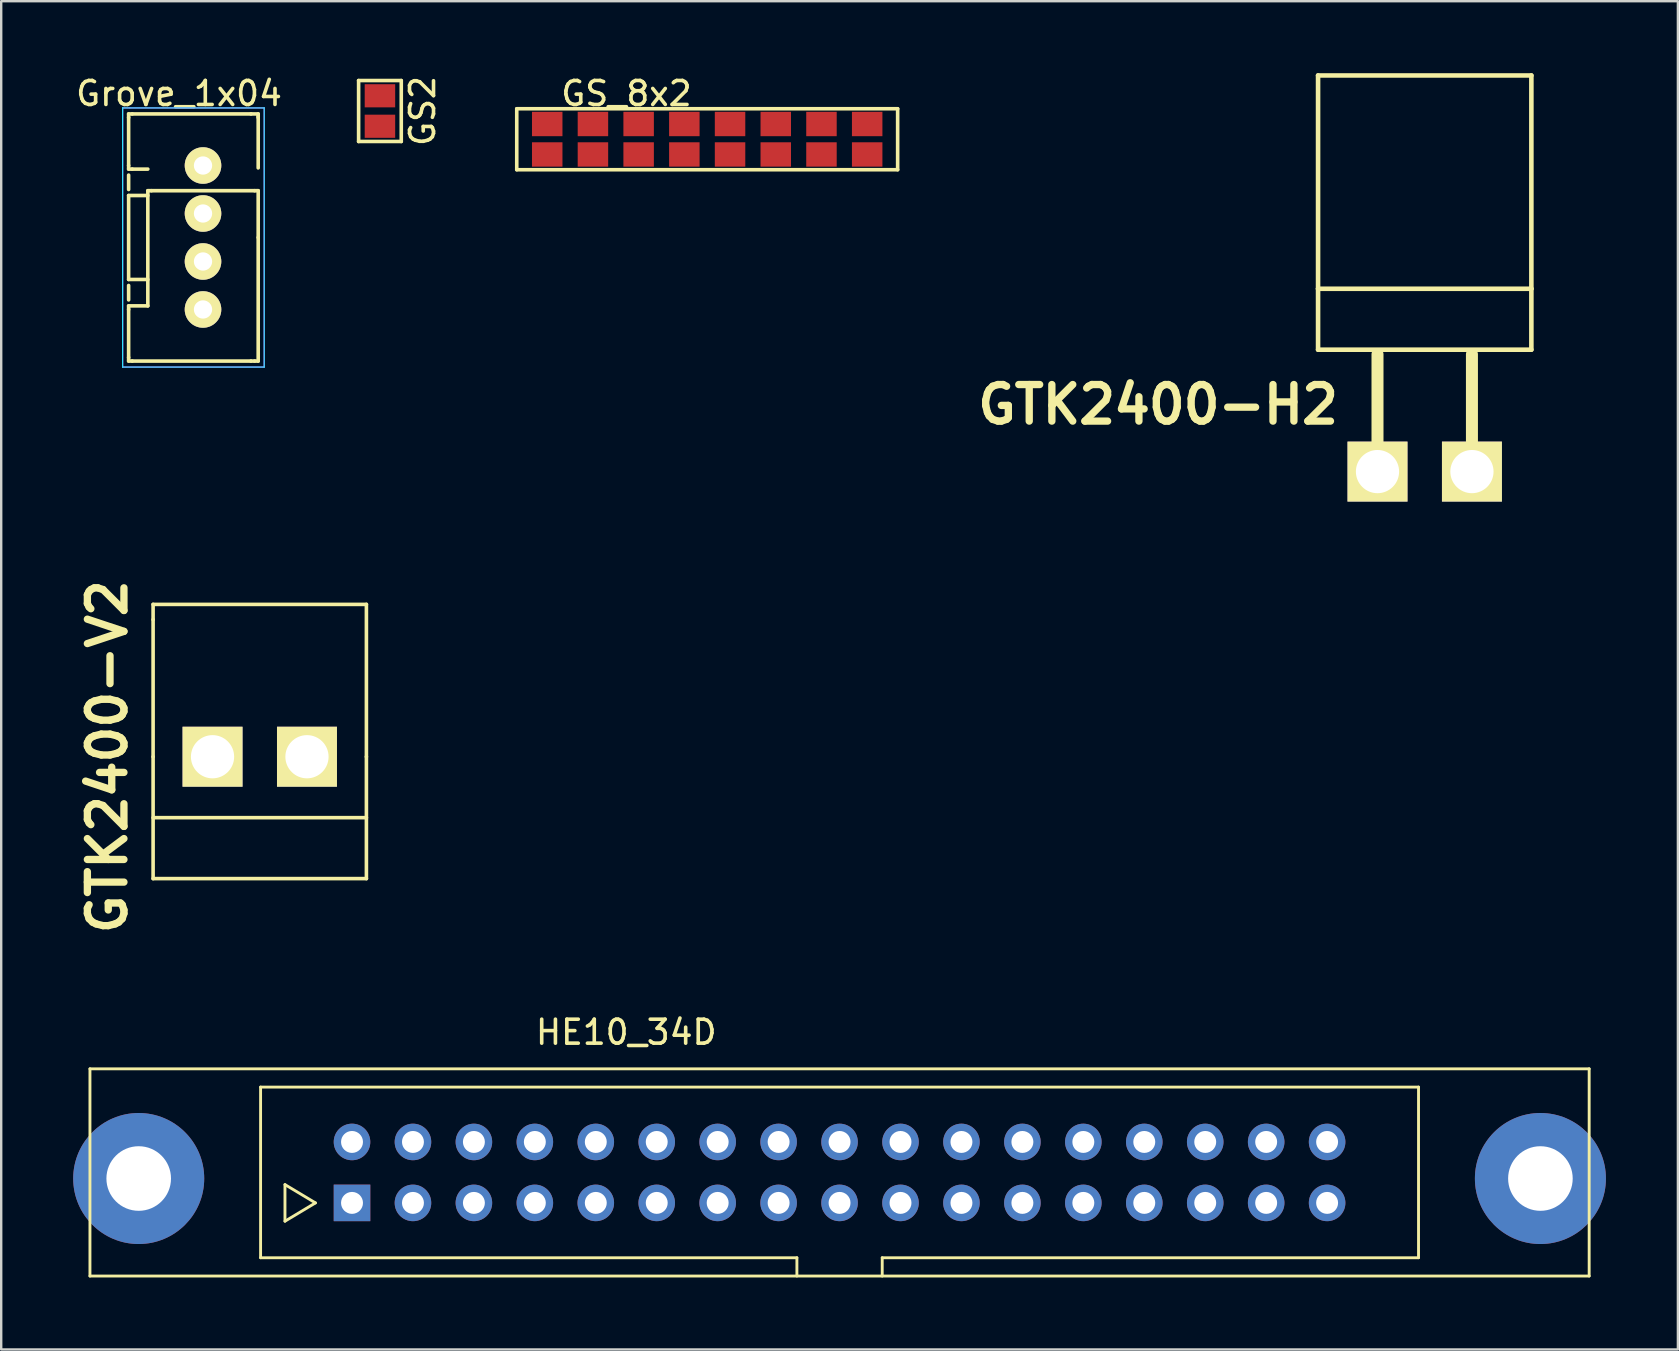
<source format=kicad_pcb>
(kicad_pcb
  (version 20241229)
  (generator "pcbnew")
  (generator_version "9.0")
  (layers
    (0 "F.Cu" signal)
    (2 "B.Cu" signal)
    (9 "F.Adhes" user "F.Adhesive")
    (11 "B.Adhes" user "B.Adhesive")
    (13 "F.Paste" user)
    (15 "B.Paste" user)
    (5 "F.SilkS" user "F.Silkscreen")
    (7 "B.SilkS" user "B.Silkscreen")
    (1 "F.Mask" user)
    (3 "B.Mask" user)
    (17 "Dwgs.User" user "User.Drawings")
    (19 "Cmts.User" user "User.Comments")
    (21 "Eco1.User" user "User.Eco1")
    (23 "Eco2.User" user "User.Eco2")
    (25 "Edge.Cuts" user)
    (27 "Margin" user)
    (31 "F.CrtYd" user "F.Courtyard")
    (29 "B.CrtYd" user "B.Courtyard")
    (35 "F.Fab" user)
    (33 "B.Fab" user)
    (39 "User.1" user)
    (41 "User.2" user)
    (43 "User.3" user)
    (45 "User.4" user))
  (footprint "GS2"
    (layer "F.Cu")
    (at 12.785 1.577)
    (property "Reference" "GS2" (at 1.778 0 90) (layer "F.SilkS") (effects (font (size 1 1) (thickness 0.15))))
    (attr exclude_from_pos_files exclude_from_bom)
    (fp_line (start -0.889 -1.27) (end -0.889 1.27) (stroke (width 0.15) (type solid)) (layer "F.SilkS"))
    (fp_line (start -0.889 -1.27) (end 0.889 -1.27) (stroke (width 0.15) (type solid)) (layer "F.SilkS"))
    (fp_line (start 0.889 1.27) (end -0.889 1.27) (stroke (width 0.15) (type solid)) (layer "F.SilkS"))
    (fp_line (start 0.889 1.27) (end 0.889 -1.27) (stroke (width 0.15) (type solid)) (layer "F.SilkS"))
    (pad "1" smd rect (at 0 -0.635) (size 1.27 0.965) (layers "F.Cu" "F.Mask" "F.Paste"))
    (pad "2" smd rect (at 0 0.635) (size 1.27 0.965) (layers "F.Cu" "F.Mask" "F.Paste")))
  (footprint "GS_8x2"
    (layer "F.Cu")
    (at 26.107 2.753)
    (property "Reference" "GS_8x2" (at -3.048 -1.905 0) (layer "F.SilkS") (effects (font (size 1 1) (thickness 0.15))))
    (attr through_hole)
    (fp_line (start -7.62 -1.27) (end 8.255 -1.27) (stroke (width 0.15) (type solid)) (layer "F.SilkS"))
    (fp_line (start -7.62 1.27) (end -7.62 -1.27) (stroke (width 0.15) (type solid)) (layer "F.SilkS"))
    (fp_line (start 8.255 -1.27) (end 8.255 1.27) (stroke (width 0.15) (type solid)) (layer "F.SilkS"))
    (fp_line (start 8.255 1.27) (end -7.62 1.27) (stroke (width 0.15) (type solid)) (layer "F.SilkS"))
    (pad "1" smd rect (at -6.35 0.635) (size 1.27 1.016) (layers "F.Cu" "F.Mask" "F.Paste"))
    (pad "2" smd rect (at -6.35 -0.635) (size 1.27 1.016) (layers "F.Cu" "F.Mask" "F.Paste"))
    (pad "3" smd rect (at -4.445 0.635) (size 1.27 1.016) (layers "F.Cu" "F.Mask" "F.Paste"))
    (pad "4" smd rect (at -4.445 -0.635) (size 1.27 1.016) (layers "F.Cu" "F.Mask" "F.Paste"))
    (pad "5" smd rect (at -2.54 0.635) (size 1.27 1.016) (layers "F.Cu" "F.Mask" "F.Paste"))
    (pad "6" smd rect (at -2.54 -0.635) (size 1.27 1.016) (layers "F.Cu" "F.Mask" "F.Paste"))
    (pad "7" smd rect (at -0.635 0.635) (size 1.27 1.016) (layers "F.Cu" "F.Mask" "F.Paste"))
    (pad "8" smd rect (at -0.635 -0.635) (size 1.27 1.016) (layers "F.Cu" "F.Mask" "F.Paste"))
    (pad "9" smd rect (at 1.27 0.635) (size 1.27 1.016) (layers "F.Cu" "F.Mask" "F.Paste"))
    (pad "10" smd rect (at 1.27 -0.635) (size 1.27 1.016) (layers "F.Cu" "F.Mask" "F.Paste"))
    (pad "11" smd rect (at 3.175 0.635) (size 1.27 1.016) (layers "F.Cu" "F.Mask" "F.Paste"))
    (pad "12" smd rect (at 3.175 -0.635) (size 1.27 1.016) (layers "F.Cu" "F.Mask" "F.Paste"))
    (pad "13" smd rect (at 5.08 0.635) (size 1.27 1.016) (layers "F.Cu" "F.Mask" "F.Paste"))
    (pad "14" smd rect (at 5.08 -0.635) (size 1.27 1.016) (layers "F.Cu" "F.Mask" "F.Paste"))
    (pad "15" smd rect (at 6.985 0.635) (size 1.27 1.016) (layers "F.Cu" "F.Mask" "F.Paste"))
    (pad "16" smd rect (at 6.985 -0.635) (size 1.27 1.016) (layers "F.Cu" "F.Mask" "F.Paste")))
  (footprint "GTK2400-V2"
    (layer "F.Cu")
    (at 7.776 28.489)
    (property "Reference" "GTK2400-V2" (at -6.35 0 90) (layer "F.SilkS") (effects (font (size 1.524 1.524) (thickness 0.305))))
    (attr through_hole)
    (fp_line (start -4.445 -6.35) (end 4.445 -6.35) (stroke (width 0.15) (type solid)) (layer "F.SilkS"))
    (fp_line (start -4.445 -5.715) (end -4.445 -6.35) (stroke (width 0.15) (type solid)) (layer "F.SilkS"))
    (fp_line (start -4.445 0) (end -4.445 -5.715) (stroke (width 0.15) (type solid)) (layer "F.SilkS"))
    (fp_line (start -4.445 2.54) (end 4.445 2.54) (stroke (width 0.15) (type solid)) (layer "F.SilkS"))
    (fp_line (start -4.445 5.08) (end -4.445 0) (stroke (width 0.15) (type solid)) (layer "F.SilkS"))
    (fp_line (start 4.445 -6.35) (end 4.445 0) (stroke (width 0.15) (type solid)) (layer "F.SilkS"))
    (fp_line (start 4.445 0) (end 4.445 5.08) (stroke (width 0.15) (type solid)) (layer "F.SilkS"))
    (fp_line (start 4.445 5.08) (end -4.445 5.08) (stroke (width 0.15) (type solid)) (layer "F.SilkS"))
    (pad "1" thru_hole rect (at -1.968 0) (size 2.499 2.499) (drill 1.801) (layers "*.Cu" "*.Mask" "F.SilkS"))
    (pad "2" thru_hole rect (at 1.968 0) (size 2.499 2.499) (drill 1.801) (layers "*.Cu" "*.Mask" "F.SilkS")))
  (footprint "GTK2400-H2"
    (layer "F.Cu")
    (at 56.329 16.605)
    (property "Reference" "GTK2400-H2" (at -11.113 -2.794 0) (layer "F.SilkS") (effects (font (size 1.524 1.524) (thickness 0.305))))
    (attr through_hole)
    (fp_line (start -4.445 -16.51) (end 4.445 -16.51) (stroke (width 0.191) (type solid)) (layer "F.SilkS"))
    (fp_line (start -4.445 -7.62) (end -4.445 -16.51) (stroke (width 0.191) (type solid)) (layer "F.SilkS"))
    (fp_line (start -4.445 -7.62) (end 4.445 -7.62) (stroke (width 0.191) (type solid)) (layer "F.SilkS"))
    (fp_line (start -4.445 -5.08) (end -4.445 -7.62) (stroke (width 0.191) (type solid)) (layer "F.SilkS"))
    (fp_line (start -1.968 0) (end -1.968 -4.889) (stroke (width 0.5) (type solid)) (layer "F.SilkS"))
    (fp_line (start 1.968 0) (end 1.968 -4.889) (stroke (width 0.5) (type solid)) (layer "F.SilkS"))
    (fp_line (start 4.445 -16.51) (end 4.445 -7.62) (stroke (width 0.191) (type solid)) (layer "F.SilkS"))
    (fp_line (start 4.445 -7.62) (end 4.445 -5.08) (stroke (width 0.191) (type solid)) (layer "F.SilkS"))
    (fp_line (start 4.445 -5.08) (end -4.445 -5.08) (stroke (width 0.191) (type solid)) (layer "F.SilkS"))
    (pad "1" thru_hole rect (at -1.968 0) (size 2.499 2.499) (drill 1.801) (layers "*.Cu" "*.Mask" "F.SilkS"))
    (pad "2" thru_hole rect (at 1.968 0) (size 2.499 2.499) (drill 1.801) (layers "*.Cu" "*.Mask" "F.SilkS")))
  (footprint "HE10_34D"
    (layer "F.Cu")
    (at 31.941 45.814)
    (property "Reference" "HE10_34D" (at -8.89 -5.842 0) (layer "F.SilkS") (effects (font (size 1 1) (thickness 0.15))))
    (attr through_hole)
    (fp_line (start -31.242 -4.318) (end -31.242 4.318) (stroke (width 0.12) (type solid)) (layer "F.SilkS"))
    (fp_line (start -31.242 4.318) (end 31.242 4.318) (stroke (width 0.12) (type solid)) (layer "F.SilkS"))
    (fp_line (start -24.13 -3.556) (end 24.13 -3.556) (stroke (width 0.12) (type solid)) (layer "F.SilkS"))
    (fp_line (start -24.13 3.556) (end -24.13 -3.556) (stroke (width 0.12) (type solid)) (layer "F.SilkS"))
    (fp_line (start -23.114 0.508) (end -23.114 2.032) (stroke (width 0.12) (type solid)) (layer "F.SilkS"))
    (fp_line (start -23.114 2.032) (end -21.844 1.27) (stroke (width 0.12) (type solid)) (layer "F.SilkS"))
    (fp_line (start -21.844 1.27) (end -23.114 0.508) (stroke (width 0.12) (type solid)) (layer "F.SilkS"))
    (fp_line (start -1.778 3.556) (end -24.13 3.556) (stroke (width 0.12) (type solid)) (layer "F.SilkS"))
    (fp_line (start -1.778 4.318) (end -1.778 3.556) (stroke (width 0.12) (type solid)) (layer "F.SilkS"))
    (fp_line (start 1.778 3.556) (end 1.778 4.318) (stroke (width 0.12) (type solid)) (layer "F.SilkS"))
    (fp_line (start 24.13 -3.556) (end 24.13 3.556) (stroke (width 0.12) (type solid)) (layer "F.SilkS"))
    (fp_line (start 24.13 3.556) (end 1.778 3.556) (stroke (width 0.12) (type solid)) (layer "F.SilkS"))
    (fp_line (start 31.242 -4.318) (end -31.242 -4.318) (stroke (width 0.12) (type solid)) (layer "F.SilkS"))
    (fp_line (start 31.242 4.318) (end 31.242 -4.318) (stroke (width 0.12) (type solid)) (layer "F.SilkS"))
    (pad "" thru_hole circle (at -29.21 0.254) (size 5.461 5.461) (drill 2.692) (layers "*.Cu" "*.Mask"))
    (pad "" thru_hole circle (at 29.21 0.254) (size 5.461 5.461) (drill 2.692) (layers "*.Cu" "*.Mask"))
    (pad "1" thru_hole rect (at -20.32 1.27) (size 1.524 1.524) (drill 0.914) (layers "*.Cu" "*.Mask"))
    (pad "2" thru_hole circle (at -20.32 -1.27) (size 1.524 1.524) (drill 0.914) (layers "*.Cu" "*.Mask"))
    (pad "3" thru_hole circle (at -17.78 1.27) (size 1.524 1.524) (drill 0.914) (layers "*.Cu" "*.Mask"))
    (pad "4" thru_hole circle (at -17.78 -1.27) (size 1.524 1.524) (drill 0.914) (layers "*.Cu" "*.Mask"))
    (pad "5" thru_hole circle (at -15.24 1.27) (size 1.524 1.524) (drill 0.914) (layers "*.Cu" "*.Mask"))
    (pad "6" thru_hole circle (at -15.24 -1.27) (size 1.524 1.524) (drill 0.914) (layers "*.Cu" "*.Mask"))
    (pad "7" thru_hole circle (at -12.7 1.27) (size 1.524 1.524) (drill 0.914) (layers "*.Cu" "*.Mask"))
    (pad "8" thru_hole circle (at -12.7 -1.27) (size 1.524 1.524) (drill 0.914) (layers "*.Cu" "*.Mask"))
    (pad "9" thru_hole circle (at -10.16 1.27) (size 1.524 1.524) (drill 0.914) (layers "*.Cu" "*.Mask"))
    (pad "10" thru_hole circle (at -10.16 -1.27) (size 1.524 1.524) (drill 0.914) (layers "*.Cu" "*.Mask"))
    (pad "11" thru_hole circle (at -7.62 1.27) (size 1.524 1.524) (drill 0.914) (layers "*.Cu" "*.Mask"))
    (pad "12" thru_hole circle (at -7.62 -1.27) (size 1.524 1.524) (drill 0.914) (layers "*.Cu" "*.Mask"))
    (pad "13" thru_hole circle (at -5.08 1.27) (size 1.524 1.524) (drill 0.914) (layers "*.Cu" "*.Mask"))
    (pad "14" thru_hole circle (at -5.08 -1.27) (size 1.524 1.524) (drill 0.914) (layers "*.Cu" "*.Mask"))
    (pad "15" thru_hole circle (at -2.54 1.27) (size 1.524 1.524) (drill 0.914) (layers "*.Cu" "*.Mask"))
    (pad "16" thru_hole circle (at -2.54 -1.27) (size 1.524 1.524) (drill 0.914) (layers "*.Cu" "*.Mask"))
    (pad "17" thru_hole circle (at 0 1.27) (size 1.524 1.524) (drill 0.914) (layers "*.Cu" "*.Mask"))
    (pad "18" thru_hole circle (at 0 -1.27) (size 1.524 1.524) (drill 0.914) (layers "*.Cu" "*.Mask"))
    (pad "19" thru_hole circle (at 2.54 1.27) (size 1.524 1.524) (drill 0.914) (layers "*.Cu" "*.Mask"))
    (pad "20" thru_hole circle (at 2.54 -1.27) (size 1.524 1.524) (drill 0.914) (layers "*.Cu" "*.Mask"))
    (pad "21" thru_hole circle (at 5.08 1.27) (size 1.524 1.524) (drill 0.914) (layers "*.Cu" "*.Mask"))
    (pad "22" thru_hole circle (at 5.08 -1.27) (size 1.524 1.524) (drill 0.914) (layers "*.Cu" "*.Mask"))
    (pad "23" thru_hole circle (at 7.62 1.27) (size 1.524 1.524) (drill 0.914) (layers "*.Cu" "*.Mask"))
    (pad "24" thru_hole circle (at 7.62 -1.27) (size 1.524 1.524) (drill 0.914) (layers "*.Cu" "*.Mask"))
    (pad "25" thru_hole circle (at 10.16 1.27) (size 1.524 1.524) (drill 0.914) (layers "*.Cu" "*.Mask"))
    (pad "26" thru_hole circle (at 10.16 -1.27) (size 1.524 1.524) (drill 0.914) (layers "*.Cu" "*.Mask"))
    (pad "27" thru_hole circle (at 12.7 1.27) (size 1.524 1.524) (drill 0.914) (layers "*.Cu" "*.Mask"))
    (pad "28" thru_hole circle (at 12.7 -1.27) (size 1.524 1.524) (drill 0.914) (layers "*.Cu" "*.Mask"))
    (pad "29" thru_hole circle (at 15.24 1.27) (size 1.524 1.524) (drill 0.914) (layers "*.Cu" "*.Mask"))
    (pad "30" thru_hole circle (at 15.24 -1.27) (size 1.524 1.524) (drill 0.914) (layers "*.Cu" "*.Mask"))
    (pad "31" thru_hole circle (at 17.78 1.27) (size 1.524 1.524) (drill 0.914) (layers "*.Cu" "*.Mask"))
    (pad "32" thru_hole circle (at 17.78 -1.27) (size 1.524 1.524) (drill 0.914) (layers "*.Cu" "*.Mask"))
    (pad "33" thru_hole circle (at 20.32 1.27) (size 1.524 1.524) (drill 0.914) (layers "*.Cu" "*.Mask"))
    (pad "34" thru_hole circle (at 20.32 -1.27) (size 1.524 1.524) (drill 0.914) (layers "*.Cu" "*.Mask")))
  (footprint "Grove_1x04"
    (layer "F.Cu")
    (at 5.411 3.848)
    (property "Reference" "Grove_1x04" (at -1 -3 0) (layer "F.SilkS") (effects (font (size 1 1) (thickness 0.15))))
    (attr through_hole)
    (fp_line (start -3.1 -2.15) (end -2.95 -2.15) (stroke (width 0.15) (type solid)) (layer "F.SilkS"))
    (fp_line (start -3.1 -2) (end -3.1 -2.15) (stroke (width 0.15) (type solid)) (layer "F.SilkS"))
    (fp_line (start -3.1 -2) (end -3.1 0) (stroke (width 0.15) (type solid)) (layer "F.SilkS"))
    (fp_line (start -3.1 0.15) (end -3.1 0) (stroke (width 0.15) (type solid)) (layer "F.SilkS"))
    (fp_line (start -3.1 0.4) (end -3.1 1) (stroke (width 0.15) (type solid)) (layer "F.SilkS"))
    (fp_line (start -3.1 1.25) (end -3.1 4.75) (stroke (width 0.15) (type solid)) (layer "F.SilkS"))
    (fp_line (start -3.1 4.75) (end -2.3 4.75) (stroke (width 0.15) (type solid)) (layer "F.SilkS"))
    (fp_line (start -3.1 5) (end -3.1 5.6) (stroke (width 0.15) (type solid)) (layer "F.SilkS"))
    (fp_line (start -3.1 5.85) (end -2.3 5.85) (stroke (width 0.15) (type solid)) (layer "F.SilkS"))
    (fp_line (start -3.1 6) (end -3.1 5.85) (stroke (width 0.15) (type solid)) (layer "F.SilkS"))
    (fp_line (start -3.1 6) (end -3.1 8) (stroke (width 0.15) (type solid)) (layer "F.SilkS"))
    (fp_line (start -3.1 8.15) (end -3.1 8) (stroke (width 0.15) (type solid)) (layer "F.SilkS"))
    (fp_line (start -2.95 -2.15) (end 2 -2.15) (stroke (width 0.15) (type solid)) (layer "F.SilkS"))
    (fp_line (start -2.95 0.15) (end -3.1 0.15) (stroke (width 0.15) (type solid)) (layer "F.SilkS"))
    (fp_line (start -2.95 0.15) (end -2.3 0.15) (stroke (width 0.15) (type solid)) (layer "F.SilkS"))
    (fp_line (start -2.95 8.15) (end -3.1 8.15) (stroke (width 0.15) (type solid)) (layer "F.SilkS"))
    (fp_line (start -2.95 8.15) (end 2 8.15) (stroke (width 0.15) (type solid)) (layer "F.SilkS"))
    (fp_line (start -2.3 1.05) (end -2.3 5.85) (stroke (width 0.15) (type solid)) (layer "F.SilkS"))
    (fp_line (start -2.3 1.25) (end -3.1 1.25) (stroke (width 0.15) (type solid)) (layer "F.SilkS"))
    (fp_line (start -2.15 1.05) (end -2.3 1.05) (stroke (width 0.15) (type solid)) (layer "F.SilkS"))
    (fp_line (start 2 -2.15) (end 2.3 -2.15) (stroke (width 0.15) (type solid)) (layer "F.SilkS"))
    (fp_line (start 2 8.15) (end 2.15 8.15) (stroke (width 0.15) (type solid)) (layer "F.SilkS"))
    (fp_line (start 2.15 1.05) (end -2.15 1.05) (stroke (width 0.15) (type solid)) (layer "F.SilkS"))
    (fp_line (start 2.15 1.05) (end 2.3 1.05) (stroke (width 0.15) (type solid)) (layer "F.SilkS"))
    (fp_line (start 2.15 8.15) (end 2.3 8.15) (stroke (width 0.15) (type solid)) (layer "F.SilkS"))
    (fp_line (start 2.3 -2.15) (end 2.3 -2.05) (stroke (width 0.15) (type solid)) (layer "F.SilkS"))
    (fp_line (start 2.3 -2.05) (end 2.3 -2) (stroke (width 0.15) (type solid)) (layer "F.SilkS"))
    (fp_line (start 2.3 -2) (end 2.3 0.1) (stroke (width 0.15) (type solid)) (layer "F.SilkS"))
    (fp_line (start 2.3 1.05) (end 2.3 3) (stroke (width 0.15) (type solid)) (layer "F.SilkS"))
    (fp_line (start 2.3 8.15) (end 2.3 3) (stroke (width 0.15) (type solid)) (layer "F.SilkS"))
    (fp_line (start -3.35 -2.4) (end -3.35 8.4) (stroke (width 0.05) (type solid)) (layer "B.CrtYd"))
    (fp_line (start -3.35 8.4) (end 2.55 8.4) (stroke (width 0.05) (type solid)) (layer "B.CrtYd"))
    (fp_line (start 2.55 -2.4) (end -3.35 -2.4) (stroke (width 0.05) (type solid)) (layer "B.CrtYd"))
    (fp_line (start 2.55 8.4) (end 2.55 -2.4) (stroke (width 0.05) (type solid)) (layer "B.CrtYd"))
    (fp_line (start -3.35 -2.4) (end -3.35 8.4) (stroke (width 0.05) (type solid)) (layer "F.CrtYd"))
    (fp_line (start -3.35 8.4) (end 2.55 8.4) (stroke (width 0.05) (type solid)) (layer "F.CrtYd"))
    (fp_line (start -3.05 -2.4) (end -3.35 -2.4) (stroke (width 0.05) (type solid)) (layer "F.CrtYd"))
    (fp_line (start -3.05 -2.4) (end 2.55 -2.4) (stroke (width 0.05) (type solid)) (layer "F.CrtYd"))
    (fp_line (start 2.55 8.4) (end 2.55 -2.4) (stroke (width 0.05) (type solid)) (layer "F.CrtYd"))
    (pad "1" thru_hole circle (at 0 0) (size 1.524 1.524) (drill 0.762) (layers "*.Cu" "*.Mask" "F.SilkS"))
    (pad "2" thru_hole circle (at 0 2) (size 1.524 1.524) (drill 0.762) (layers "*.Cu" "*.Mask" "F.SilkS"))
    (pad "3" thru_hole circle (at 0 4) (size 1.524 1.524) (drill 0.762) (layers "*.Cu" "*.Mask" "F.SilkS"))
    (pad "4" thru_hole circle (at 0 6) (size 1.524 1.524) (drill 0.762) (layers "*.Cu" "*.Mask" "F.SilkS")))
  (gr_rect
    (start -3 -3)
    (end 66.881 53.192)
    (stroke (width 0.1) (type default))
    (fill no)
    (layer "Edge.Cuts")))
</source>
